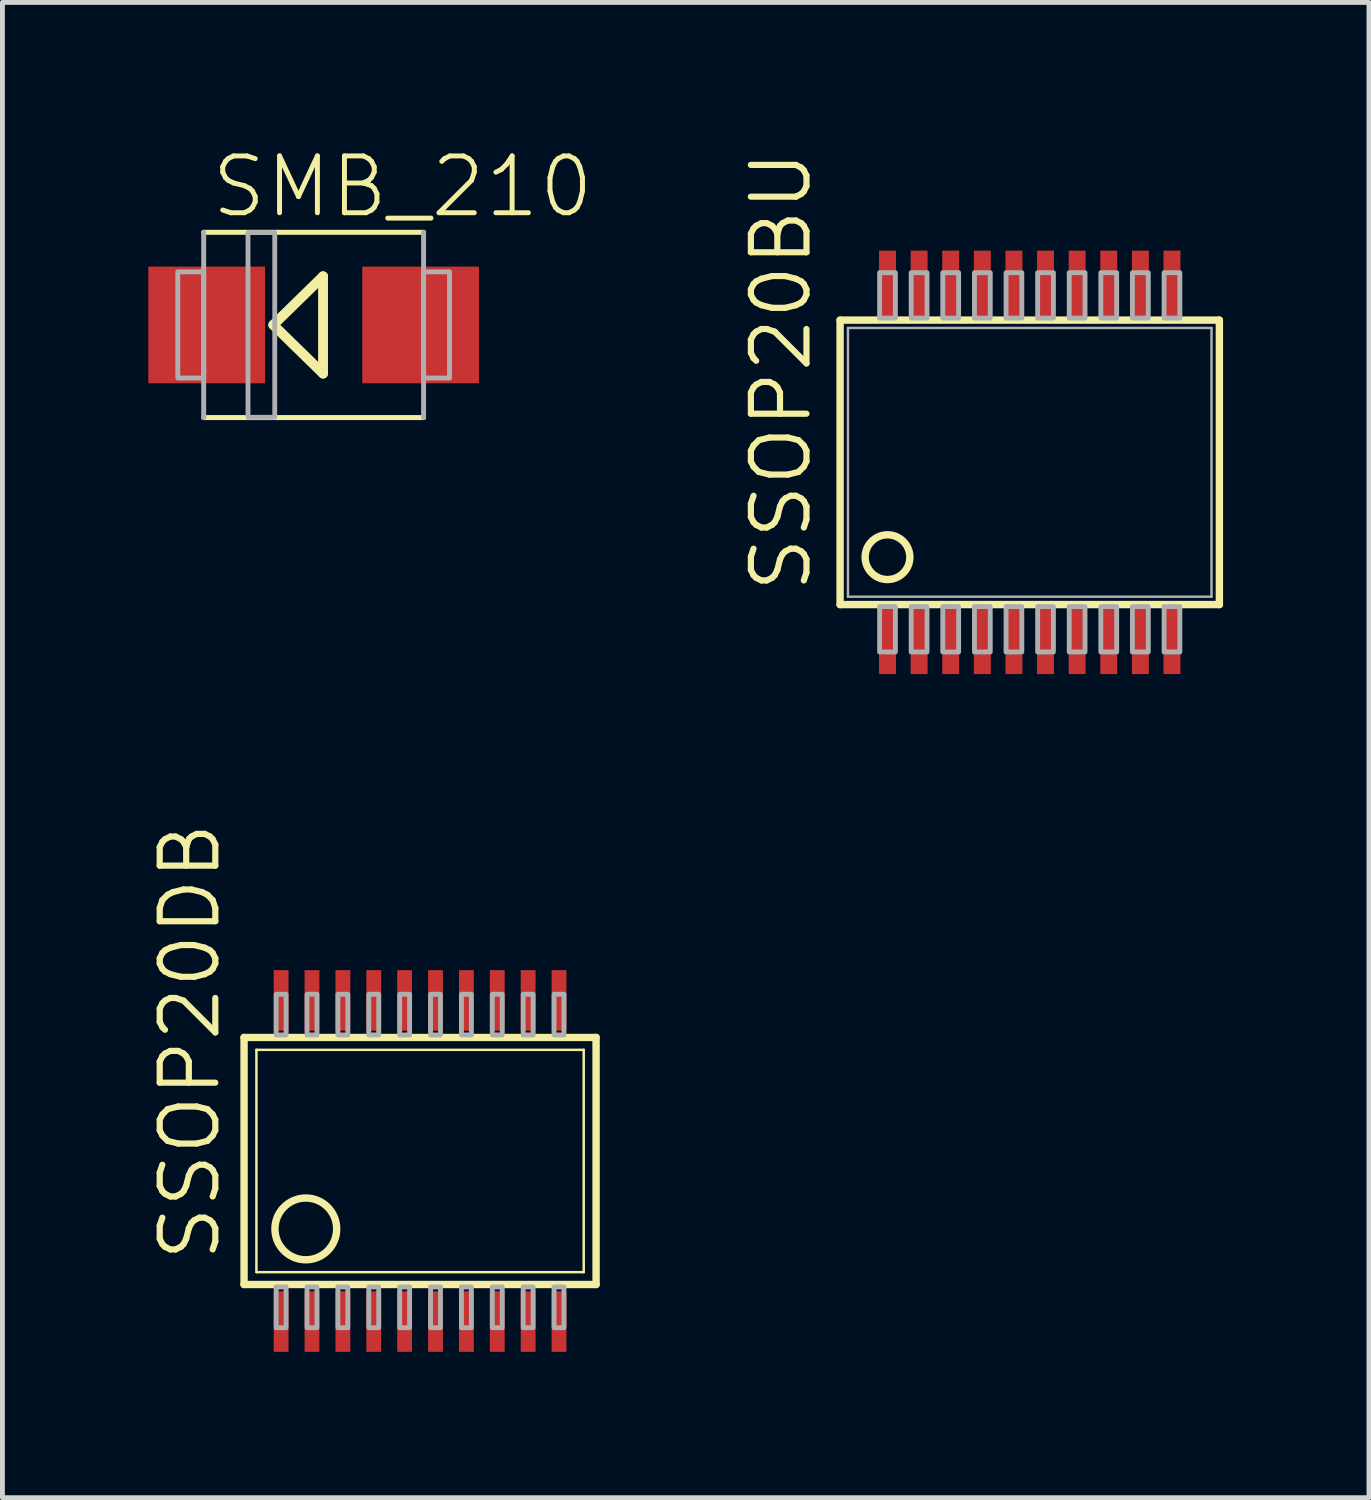
<source format=kicad_pcb>
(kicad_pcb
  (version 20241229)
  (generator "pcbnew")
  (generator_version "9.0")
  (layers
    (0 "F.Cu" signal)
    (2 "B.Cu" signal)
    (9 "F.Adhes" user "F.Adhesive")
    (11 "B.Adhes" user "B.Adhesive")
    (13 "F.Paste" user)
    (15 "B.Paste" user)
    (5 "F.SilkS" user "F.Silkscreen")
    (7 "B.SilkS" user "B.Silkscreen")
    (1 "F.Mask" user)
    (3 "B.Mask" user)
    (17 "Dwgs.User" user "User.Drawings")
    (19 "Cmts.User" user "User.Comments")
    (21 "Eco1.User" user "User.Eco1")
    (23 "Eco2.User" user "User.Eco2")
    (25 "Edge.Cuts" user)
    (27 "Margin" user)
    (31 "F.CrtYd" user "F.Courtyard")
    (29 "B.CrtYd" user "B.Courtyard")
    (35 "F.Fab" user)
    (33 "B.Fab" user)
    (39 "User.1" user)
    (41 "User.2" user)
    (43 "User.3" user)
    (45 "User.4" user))
  (footprint "SMB_210"
    (layer "F.Cu")
    (at 3.4 3.632)
    (property "Reference" "SMB_210" (at -2.159 -2.159 0) (unlocked yes) (layer "F.SilkS") (effects (font (size 1.168 1.168) (thickness 0.102)) (justify left bottom)))
    (fp_line (start -2.261 -1.905) (end 2.261 -1.905) (stroke (width 0.102) (type solid)) (layer "F.SilkS"))
    (fp_line (start -2.261 1.905) (end 2.261 1.905) (stroke (width 0.102) (type solid)) (layer "F.SilkS"))
    (fp_line (start -0.83 0) (end 0.193 1) (stroke (width 0.203) (type solid)) (layer "F.SilkS"))
    (fp_line (start 0.193 -1) (end -0.83 0) (stroke (width 0.203) (type solid)) (layer "F.SilkS"))
    (fp_line (start 0.193 1) (end 0.193 -1) (stroke (width 0.203) (type solid)) (layer "F.SilkS"))
    (fp_line (start -2.261 1.905) (end -2.261 -1.905) (stroke (width 0.102) (type solid)) (layer "F.Fab"))
    (fp_line (start 2.261 1.905) (end 2.261 -1.905) (stroke (width 0.102) (type solid)) (layer "F.Fab"))
    (fp_poly (pts (xy -2.794 1.092) (xy -2.261 1.092) (xy -2.261 -1.092) (xy -2.794 -1.092)) (stroke (width 0.1) (type default)) (fill no) (layer "F.Fab"))
    (fp_poly (pts (xy -1.35 1.9) (xy -0.8 1.9) (xy -0.8 -1.9) (xy -1.35 -1.9)) (stroke (width 0.1) (type default)) (fill no) (layer "F.Fab"))
    (fp_poly (pts (xy 2.261 1.092) (xy 2.794 1.092) (xy 2.794 -1.092) (xy 2.261 -1.092)) (stroke (width 0.1) (type default)) (fill no) (layer "F.Fab"))
    (pad "A" smd rect (at 2.2 0) (size 2.4 2.4) (layers "F.Cu" "F.Mask" "F.Paste"))
    (pad "C" smd rect (at -2.2 0) (size 2.4 2.4) (layers "F.Cu" "F.Mask" "F.Paste")))
  (footprint "SSOP20BU"
    (layer "F.Cu")
    (at 18.126 6.458)
    (property "Reference" "SSOP20BU" (at -4.445 2.73 90) (unlocked yes) (layer "F.SilkS") (effects (font (size 1.143 1.143) (thickness 0.127)) (justify left bottom)))
    (fp_line (start -3.9 -2.925) (end 3.9 -2.925) (stroke (width 0.152) (type solid)) (layer "F.SilkS"))
    (fp_line (start -3.9 2.925) (end -3.9 -2.925) (stroke (width 0.152) (type solid)) (layer "F.SilkS"))
    (fp_line (start 3.9 -2.925) (end 3.9 2.925) (stroke (width 0.152) (type solid)) (layer "F.SilkS"))
    (fp_line (start 3.9 2.925) (end -3.9 2.925) (stroke (width 0.152) (type solid)) (layer "F.SilkS"))
    (fp_circle (center -2.925 1.95) (end -2.465 1.95) (stroke (width 0.152) (type solid)) (fill no) (layer "F.SilkS"))
    (fp_line (start -3.738 -2.763) (end 3.738 -2.763) (stroke (width 0.051) (type solid)) (layer "F.Fab"))
    (fp_line (start -3.738 2.763) (end -3.738 -2.763) (stroke (width 0.051) (type solid)) (layer "F.Fab"))
    (fp_line (start 3.738 -2.763) (end 3.738 2.763) (stroke (width 0.051) (type solid)) (layer "F.Fab"))
    (fp_line (start 3.738 2.763) (end -3.738 2.763) (stroke (width 0.051) (type solid)) (layer "F.Fab"))
    (fp_poly (pts (xy -3.087 -2.966) (xy -2.763 -2.966) (xy -2.763 -3.9) (xy -3.087 -3.9)) (stroke (width 0.1) (type default)) (fill no) (layer "F.Fab"))
    (fp_poly (pts (xy -3.087 3.9) (xy -2.763 3.9) (xy -2.763 2.966) (xy -3.087 2.966)) (stroke (width 0.1) (type default)) (fill no) (layer "F.Fab"))
    (fp_poly (pts (xy -2.438 -2.966) (xy -2.112 -2.966) (xy -2.112 -3.9) (xy -2.438 -3.9)) (stroke (width 0.1) (type default)) (fill no) (layer "F.Fab"))
    (fp_poly (pts (xy -2.438 3.9) (xy -2.112 3.9) (xy -2.112 2.966) (xy -2.438 2.966)) (stroke (width 0.1) (type default)) (fill no) (layer "F.Fab"))
    (fp_poly (pts (xy -1.788 -2.966) (xy -1.462 -2.966) (xy -1.462 -3.9) (xy -1.788 -3.9)) (stroke (width 0.1) (type default)) (fill no) (layer "F.Fab"))
    (fp_poly (pts (xy -1.788 3.9) (xy -1.462 3.9) (xy -1.462 2.966) (xy -1.788 2.966)) (stroke (width 0.1) (type default)) (fill no) (layer "F.Fab"))
    (fp_poly (pts (xy -1.137 -2.966) (xy -0.812 -2.966) (xy -0.812 -3.9) (xy -1.137 -3.9)) (stroke (width 0.1) (type default)) (fill no) (layer "F.Fab"))
    (fp_poly (pts (xy -1.137 3.9) (xy -0.812 3.9) (xy -0.812 2.966) (xy -1.137 2.966)) (stroke (width 0.1) (type default)) (fill no) (layer "F.Fab"))
    (fp_poly (pts (xy -0.487 -2.966) (xy -0.163 -2.966) (xy -0.163 -3.9) (xy -0.487 -3.9)) (stroke (width 0.1) (type default)) (fill no) (layer "F.Fab"))
    (fp_poly (pts (xy -0.487 3.9) (xy -0.163 3.9) (xy -0.163 2.966) (xy -0.487 2.966)) (stroke (width 0.1) (type default)) (fill no) (layer "F.Fab"))
    (fp_poly (pts (xy 0.163 -2.966) (xy 0.487 -2.966) (xy 0.487 -3.9) (xy 0.163 -3.9)) (stroke (width 0.1) (type default)) (fill no) (layer "F.Fab"))
    (fp_poly (pts (xy 0.163 3.9) (xy 0.487 3.9) (xy 0.487 2.966) (xy 0.163 2.966)) (stroke (width 0.1) (type default)) (fill no) (layer "F.Fab"))
    (fp_poly (pts (xy 0.812 -2.966) (xy 1.137 -2.966) (xy 1.137 -3.9) (xy 0.812 -3.9)) (stroke (width 0.1) (type default)) (fill no) (layer "F.Fab"))
    (fp_poly (pts (xy 0.812 3.9) (xy 1.137 3.9) (xy 1.137 2.966) (xy 0.812 2.966)) (stroke (width 0.1) (type default)) (fill no) (layer "F.Fab"))
    (fp_poly (pts (xy 1.462 -2.966) (xy 1.788 -2.966) (xy 1.788 -3.9) (xy 1.462 -3.9)) (stroke (width 0.1) (type default)) (fill no) (layer "F.Fab"))
    (fp_poly (pts (xy 1.462 3.9) (xy 1.788 3.9) (xy 1.788 2.966) (xy 1.462 2.966)) (stroke (width 0.1) (type default)) (fill no) (layer "F.Fab"))
    (fp_poly (pts (xy 2.112 -2.966) (xy 2.438 -2.966) (xy 2.438 -3.9) (xy 2.112 -3.9)) (stroke (width 0.1) (type default)) (fill no) (layer "F.Fab"))
    (fp_poly (pts (xy 2.112 3.9) (xy 2.438 3.9) (xy 2.438 2.966) (xy 2.112 2.966)) (stroke (width 0.1) (type default)) (fill no) (layer "F.Fab"))
    (fp_poly (pts (xy 2.763 -2.966) (xy 3.087 -2.966) (xy 3.087 -3.9) (xy 2.763 -3.9)) (stroke (width 0.1) (type default)) (fill no) (layer "F.Fab"))
    (fp_poly (pts (xy 2.763 3.9) (xy 3.087 3.9) (xy 3.087 2.966) (xy 2.763 2.966)) (stroke (width 0.1) (type default)) (fill no) (layer "F.Fab"))
    (pad "1" smd rect (at -2.925 3.656) (size 0.348 1.397) (layers "F.Cu" "F.Mask" "F.Paste"))
    (pad "2" smd rect (at -2.275 3.656) (size 0.348 1.397) (layers "F.Cu" "F.Mask" "F.Paste"))
    (pad "3" smd rect (at -1.625 3.656) (size 0.348 1.397) (layers "F.Cu" "F.Mask" "F.Paste"))
    (pad "4" smd rect (at -0.975 3.656) (size 0.348 1.397) (layers "F.Cu" "F.Mask" "F.Paste"))
    (pad "5" smd rect (at -0.325 3.656) (size 0.348 1.397) (layers "F.Cu" "F.Mask" "F.Paste"))
    (pad "6" smd rect (at 0.325 3.656) (size 0.348 1.397) (layers "F.Cu" "F.Mask" "F.Paste"))
    (pad "7" smd rect (at 0.975 3.656) (size 0.348 1.397) (layers "F.Cu" "F.Mask" "F.Paste"))
    (pad "8" smd rect (at 1.625 3.656) (size 0.348 1.397) (layers "F.Cu" "F.Mask" "F.Paste"))
    (pad "9" smd rect (at 2.275 3.656) (size 0.348 1.397) (layers "F.Cu" "F.Mask" "F.Paste"))
    (pad "10" smd rect (at 2.925 3.656) (size 0.348 1.397) (layers "F.Cu" "F.Mask" "F.Paste"))
    (pad "11" smd rect (at 2.925 -3.656) (size 0.348 1.397) (layers "F.Cu" "F.Mask" "F.Paste"))
    (pad "12" smd rect (at 2.275 -3.656) (size 0.348 1.397) (layers "F.Cu" "F.Mask" "F.Paste"))
    (pad "13" smd rect (at 1.625 -3.656) (size 0.348 1.397) (layers "F.Cu" "F.Mask" "F.Paste"))
    (pad "14" smd rect (at 0.975 -3.656) (size 0.348 1.397) (layers "F.Cu" "F.Mask" "F.Paste"))
    (pad "15" smd rect (at 0.325 -3.656) (size 0.348 1.397) (layers "F.Cu" "F.Mask" "F.Paste"))
    (pad "16" smd rect (at -0.325 -3.656) (size 0.348 1.397) (layers "F.Cu" "F.Mask" "F.Paste"))
    (pad "17" smd rect (at -0.975 -3.656) (size 0.348 1.397) (layers "F.Cu" "F.Mask" "F.Paste"))
    (pad "18" smd rect (at -1.625 -3.656) (size 0.348 1.397) (layers "F.Cu" "F.Mask" "F.Paste"))
    (pad "19" smd rect (at -2.275 -3.656) (size 0.348 1.397) (layers "F.Cu" "F.Mask" "F.Paste"))
    (pad "20" smd rect (at -2.925 -3.656) (size 0.348 1.397) (layers "F.Cu" "F.Mask" "F.Paste")))
  (footprint "SSOP20DB"
    (layer "F.Cu")
    (at 5.588 20.825)
    (property "Reference" "SSOP20DB" (at -4.064 2.12 90) (unlocked yes) (layer "F.SilkS") (effects (font (size 1.143 1.143) (thickness 0.127)) (justify left bottom)))
    (fp_line (start -3.619 2.54) (end -3.619 -2.54) (stroke (width 0.152) (type solid)) (layer "F.SilkS"))
    (fp_line (start -3.619 2.54) (end 3.62 2.54) (stroke (width 0.152) (type solid)) (layer "F.SilkS"))
    (fp_line (start -3.365 2.286) (end -3.365 -2.286) (stroke (width 0.051) (type solid)) (layer "F.SilkS"))
    (fp_line (start -3.365 2.286) (end 3.366 2.286) (stroke (width 0.051) (type solid)) (layer "F.SilkS"))
    (fp_line (start 3.366 -2.286) (end -3.365 -2.286) (stroke (width 0.051) (type solid)) (layer "F.SilkS"))
    (fp_line (start 3.366 -2.286) (end 3.366 2.286) (stroke (width 0.051) (type solid)) (layer "F.SilkS"))
    (fp_line (start 3.62 -2.54) (end -3.619 -2.54) (stroke (width 0.152) (type solid)) (layer "F.SilkS"))
    (fp_line (start 3.62 -2.54) (end 3.62 2.54) (stroke (width 0.152) (type solid)) (layer "F.SilkS"))
    (fp_circle (center -2.349 1.397) (end -1.714 1.397) (stroke (width 0.152) (type solid)) (fill no) (layer "F.SilkS"))
    (fp_poly (pts (xy -2.959 -2.591) (xy -2.755 -2.591) (xy -2.755 -3.429) (xy -2.959 -3.429)) (stroke (width 0.1) (type default)) (fill no) (layer "F.Fab"))
    (fp_poly (pts (xy -2.959 3.429) (xy -2.755 3.429) (xy -2.755 2.591) (xy -2.959 2.591)) (stroke (width 0.1) (type default)) (fill no) (layer "F.Fab"))
    (fp_poly (pts (xy -2.324 -2.591) (xy -2.12 -2.591) (xy -2.12 -3.429) (xy -2.324 -3.429)) (stroke (width 0.1) (type default)) (fill no) (layer "F.Fab"))
    (fp_poly (pts (xy -2.324 3.429) (xy -2.12 3.429) (xy -2.12 2.591) (xy -2.324 2.591)) (stroke (width 0.1) (type default)) (fill no) (layer "F.Fab"))
    (fp_poly (pts (xy -1.689 -2.591) (xy -1.485 -2.591) (xy -1.485 -3.429) (xy -1.689 -3.429)) (stroke (width 0.1) (type default)) (fill no) (layer "F.Fab"))
    (fp_poly (pts (xy -1.689 3.429) (xy -1.485 3.429) (xy -1.485 2.591) (xy -1.689 2.591)) (stroke (width 0.1) (type default)) (fill no) (layer "F.Fab"))
    (fp_poly (pts (xy -1.054 -2.591) (xy -0.85 -2.591) (xy -0.85 -3.429) (xy -1.054 -3.429)) (stroke (width 0.1) (type default)) (fill no) (layer "F.Fab"))
    (fp_poly (pts (xy -1.054 3.429) (xy -0.85 3.429) (xy -0.85 2.591) (xy -1.054 2.591)) (stroke (width 0.1) (type default)) (fill no) (layer "F.Fab"))
    (fp_poly (pts (xy -0.419 -2.591) (xy -0.215 -2.591) (xy -0.215 -3.429) (xy -0.419 -3.429)) (stroke (width 0.1) (type default)) (fill no) (layer "F.Fab"))
    (fp_poly (pts (xy -0.419 3.429) (xy -0.215 3.429) (xy -0.215 2.591) (xy -0.419 2.591)) (stroke (width 0.1) (type default)) (fill no) (layer "F.Fab"))
    (fp_poly (pts (xy 0.216 -2.591) (xy 0.42 -2.591) (xy 0.42 -3.429) (xy 0.216 -3.429)) (stroke (width 0.1) (type default)) (fill no) (layer "F.Fab"))
    (fp_poly (pts (xy 0.216 3.429) (xy 0.42 3.429) (xy 0.42 2.591) (xy 0.216 2.591)) (stroke (width 0.1) (type default)) (fill no) (layer "F.Fab"))
    (fp_poly (pts (xy 0.851 -2.591) (xy 1.055 -2.591) (xy 1.055 -3.429) (xy 0.851 -3.429)) (stroke (width 0.1) (type default)) (fill no) (layer "F.Fab"))
    (fp_poly (pts (xy 0.851 3.429) (xy 1.055 3.429) (xy 1.055 2.591) (xy 0.851 2.591)) (stroke (width 0.1) (type default)) (fill no) (layer "F.Fab"))
    (fp_poly (pts (xy 1.486 -2.591) (xy 1.69 -2.591) (xy 1.69 -3.429) (xy 1.486 -3.429)) (stroke (width 0.1) (type default)) (fill no) (layer "F.Fab"))
    (fp_poly (pts (xy 1.486 3.429) (xy 1.69 3.429) (xy 1.69 2.591) (xy 1.486 2.591)) (stroke (width 0.1) (type default)) (fill no) (layer "F.Fab"))
    (fp_poly (pts (xy 2.121 -2.591) (xy 2.325 -2.591) (xy 2.325 -3.429) (xy 2.121 -3.429)) (stroke (width 0.1) (type default)) (fill no) (layer "F.Fab"))
    (fp_poly (pts (xy 2.121 3.429) (xy 2.325 3.429) (xy 2.325 2.591) (xy 2.121 2.591)) (stroke (width 0.1) (type default)) (fill no) (layer "F.Fab"))
    (fp_poly (pts (xy 2.756 -2.591) (xy 2.96 -2.591) (xy 2.96 -3.429) (xy 2.756 -3.429)) (stroke (width 0.1) (type default)) (fill no) (layer "F.Fab"))
    (fp_poly (pts (xy 2.756 3.429) (xy 2.96 3.429) (xy 2.96 2.591) (xy 2.756 2.591)) (stroke (width 0.1) (type default)) (fill no) (layer "F.Fab"))
    (pad "1" smd rect (at -2.857 3.302) (size 0.305 1.245) (layers "F.Cu" "F.Mask" "F.Paste"))
    (pad "2" smd rect (at -2.222 3.302) (size 0.305 1.245) (layers "F.Cu" "F.Mask" "F.Paste"))
    (pad "3" smd rect (at -1.587 3.302) (size 0.305 1.245) (layers "F.Cu" "F.Mask" "F.Paste"))
    (pad "4" smd rect (at -0.952 3.302) (size 0.305 1.245) (layers "F.Cu" "F.Mask" "F.Paste"))
    (pad "5" smd rect (at -0.317 3.302) (size 0.305 1.245) (layers "F.Cu" "F.Mask" "F.Paste"))
    (pad "6" smd rect (at 0.318 3.302) (size 0.305 1.245) (layers "F.Cu" "F.Mask" "F.Paste"))
    (pad "7" smd rect (at 0.953 3.302) (size 0.305 1.245) (layers "F.Cu" "F.Mask" "F.Paste"))
    (pad "8" smd rect (at 1.588 3.302) (size 0.305 1.245) (layers "F.Cu" "F.Mask" "F.Paste"))
    (pad "9" smd rect (at 2.223 3.302) (size 0.305 1.245) (layers "F.Cu" "F.Mask" "F.Paste"))
    (pad "10" smd rect (at 2.858 3.302) (size 0.305 1.245) (layers "F.Cu" "F.Mask" "F.Paste"))
    (pad "11" smd rect (at 2.858 -3.302) (size 0.305 1.245) (layers "F.Cu" "F.Mask" "F.Paste"))
    (pad "12" smd rect (at 2.223 -3.302) (size 0.305 1.245) (layers "F.Cu" "F.Mask" "F.Paste"))
    (pad "13" smd rect (at 1.588 -3.302) (size 0.305 1.245) (layers "F.Cu" "F.Mask" "F.Paste"))
    (pad "14" smd rect (at 0.953 -3.302) (size 0.305 1.245) (layers "F.Cu" "F.Mask" "F.Paste"))
    (pad "15" smd rect (at 0.318 -3.302) (size 0.305 1.245) (layers "F.Cu" "F.Mask" "F.Paste"))
    (pad "16" smd rect (at -0.317 -3.302) (size 0.305 1.245) (layers "F.Cu" "F.Mask" "F.Paste"))
    (pad "17" smd rect (at -0.952 -3.302) (size 0.305 1.245) (layers "F.Cu" "F.Mask" "F.Paste"))
    (pad "18" smd rect (at -1.587 -3.302) (size 0.305 1.245) (layers "F.Cu" "F.Mask" "F.Paste"))
    (pad "19" smd rect (at -2.222 -3.302) (size 0.305 1.245) (layers "F.Cu" "F.Mask" "F.Paste"))
    (pad "20" smd rect (at -2.857 -3.302) (size 0.305 1.245) (layers "F.Cu" "F.Mask" "F.Paste")))
  (gr_rect
    (start -3 -3)
    (end 25.102 27.749)
    (stroke (width 0.1) (type default))
    (fill no)
    (layer "Edge.Cuts")))
</source>
